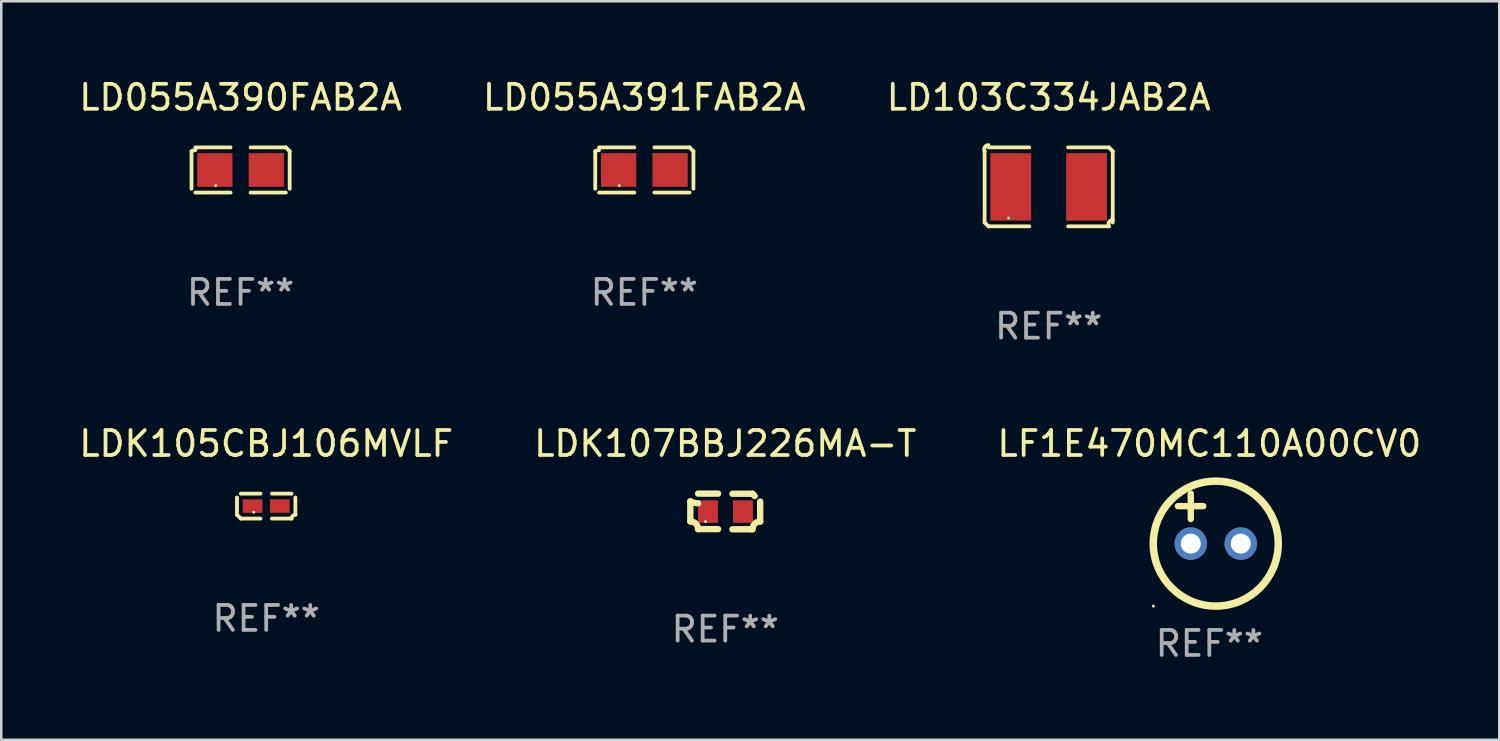
<source format=kicad_pcb>
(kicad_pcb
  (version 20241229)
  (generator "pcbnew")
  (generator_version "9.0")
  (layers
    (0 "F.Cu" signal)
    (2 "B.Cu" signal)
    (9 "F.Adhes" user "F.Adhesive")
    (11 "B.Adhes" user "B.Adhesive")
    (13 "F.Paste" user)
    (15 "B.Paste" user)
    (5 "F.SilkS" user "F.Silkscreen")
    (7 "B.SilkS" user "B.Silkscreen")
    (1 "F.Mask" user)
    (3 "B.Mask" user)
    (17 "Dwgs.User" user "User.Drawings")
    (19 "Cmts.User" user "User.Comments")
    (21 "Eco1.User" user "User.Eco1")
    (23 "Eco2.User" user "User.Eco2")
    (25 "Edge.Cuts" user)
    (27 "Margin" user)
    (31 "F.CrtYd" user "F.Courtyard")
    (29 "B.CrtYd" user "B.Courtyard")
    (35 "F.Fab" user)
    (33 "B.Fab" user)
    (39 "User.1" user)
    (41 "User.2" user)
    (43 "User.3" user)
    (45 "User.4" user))
  (footprint "LD103C334JAB2A"
    (layer "F.Cu")
    (at 38.911 4.427)
    (property "Reference" "LD103C334JAB2A" (at 0 -3.579 0) (layer "F.SilkS") (effects (font (size 1 1) (thickness 0.15))))
    (attr through_hole)
    (fp_line (start -2.564 1.426) (end -2.564 -1.426) (stroke (width 0.152) (type solid)) (layer "F.SilkS"))
    (fp_line (start -2.411 -1.579) (end -0.776 -1.579) (stroke (width 0.152) (type solid)) (layer "F.SilkS"))
    (fp_line (start -0.776 1.579) (end -2.411 1.579) (stroke (width 0.152) (type solid)) (layer "F.SilkS"))
    (fp_line (start 0.776 1.579) (end 2.411 1.579) (stroke (width 0.152) (type solid)) (layer "F.SilkS"))
    (fp_line (start 2.411 -1.579) (end 0.776 -1.579) (stroke (width 0.152) (type solid)) (layer "F.SilkS"))
    (fp_line (start 2.564 1.426) (end 2.564 -1.426) (stroke (width 0.152) (type solid)) (layer "F.SilkS"))
    (fp_arc (start -2.563602 -1.426213) (mid -2.555597 -1.591233) (end -2.411201 -1.671518) (stroke (width 0.1524) (type solid)) (layer "F.SilkS"))
    (fp_arc (start -2.5636 1.426214) (mid -2.487389 1.502402) (end -2.411201 1.578613) (stroke (width 0.1524) (type solid)) (layer "F.SilkS"))
    (fp_arc (start 2.411197 -1.578618) (mid 2.487403 -1.502419) (end 2.563602 -1.426213) (stroke (width 0.1524) (type solid)) (layer "F.SilkS"))
    (fp_arc (start 2.411201 1.578613) (mid 2.416214 1.409455) (end 2.563602 1.32629) (stroke (width 0.1524) (type solid)) (layer "F.SilkS"))
    (fp_circle (center -1.6 1.25) (end -1.57 1.25) (stroke (width 0.06) (type solid)) (fill no) (layer "F.SilkS"))
    (fp_text user "REF**" (at 0 5.579 0) (layer "F.Fab") (effects (font (size 1 1) (thickness 0.15))))
    (pad "1" smd rect (at -1.517 0) (size 1.635 2.7) (layers "F.Cu" "F.Mask" "F.Paste"))
    (pad "2" smd rect (at 1.517 0) (size 1.635 2.7) (layers "F.Cu" "F.Mask" "F.Paste")))
  (footprint "LD055A390FAB2A"
    (layer "F.Cu")
    (at 6.577 3.752)
    (property "Reference" "LD055A390FAB2A" (at 0 -2.904 0) (layer "F.SilkS") (effects (font (size 1 1) (thickness 0.15))))
    (attr through_hole)
    (fp_line (start -1.964 0.751) (end -1.964 -0.751) (stroke (width 0.152) (type solid)) (layer "F.SilkS"))
    (fp_line (start -1.811 -0.904) (end -0.401 -0.904) (stroke (width 0.152) (type solid)) (layer "F.SilkS"))
    (fp_line (start -0.401 0.904) (end -1.811 0.904) (stroke (width 0.152) (type solid)) (layer "F.SilkS"))
    (fp_line (start 0.401 0.904) (end 1.811 0.904) (stroke (width 0.152) (type solid)) (layer "F.SilkS"))
    (fp_line (start 1.811 -0.904) (end 0.401 -0.904) (stroke (width 0.152) (type solid)) (layer "F.SilkS"))
    (fp_line (start 1.964 0.751) (end 1.964 -0.751) (stroke (width 0.152) (type solid)) (layer "F.SilkS"))
    (fp_arc (start -1.963602 -0.751207) (mid -1.890354 -0.783131) (end -1.811201 -0.794044) (stroke (width 0.1524) (type solid)) (layer "F.SilkS"))
    (fp_arc (start 1.811202 -0.903607) (mid 1.887413 -0.827418) (end 1.963602 -0.751207) (stroke (width 0.1524) (type solid)) (layer "F.SilkS"))
    (fp_circle (center -1 0.625) (end -0.97 0.625) (stroke (width 0.06) (type solid)) (fill no) (layer "F.SilkS"))
    (fp_text user "REF**" (at 0 4.904 0) (layer "F.Fab") (effects (font (size 1 1) (thickness 0.15))))
    (pad "1" smd rect (at -1.03 0) (size 1.41 1.35) (layers "F.Cu" "F.Mask" "F.Paste"))
    (pad "2" smd rect (at 1.03 0) (size 1.41 1.35) (layers "F.Cu" "F.Mask" "F.Paste")))
  (footprint "LDK105CBJ106MVLF"
    (layer "F.Cu")
    (at 7.601 17.201)
    (property "Reference" "LDK105CBJ106MVLF" (at 0 -2.499 0) (layer "F.SilkS") (effects (font (size 1 1) (thickness 0.15))))
    (attr through_hole)
    (fp_line (start -1.169 0.346) (end -1.169 -0.346) (stroke (width 0.152) (type solid)) (layer "F.SilkS"))
    (fp_line (start -1.016 -0.499) (end -0.226 -0.499) (stroke (width 0.152) (type solid)) (layer "F.SilkS"))
    (fp_line (start -0.226 0.499) (end -1.016 0.499) (stroke (width 0.152) (type solid)) (layer "F.SilkS"))
    (fp_line (start 0.226 0.499) (end 1.016 0.499) (stroke (width 0.152) (type solid)) (layer "F.SilkS"))
    (fp_line (start 1.016 -0.499) (end 0.226 -0.499) (stroke (width 0.152) (type solid)) (layer "F.SilkS"))
    (fp_line (start 1.169 0.346) (end 1.169 -0.346) (stroke (width 0.152) (type solid)) (layer "F.SilkS"))
    (fp_arc (start -1.016307 0.498603) (mid -1.092512 0.422405) (end -1.16871 0.3462) (stroke (width 0.1524) (type solid)) (layer "F.SilkS"))
    (fp_arc (start 1.016307 0.498603) (mid 1.060899 0.390758) (end 1.168707 0.346076) (stroke (width 0.1524) (type solid)) (layer "F.SilkS"))
    (fp_circle (center -0.5 0.25) (end -0.47 0.25) (stroke (width 0.06) (type solid)) (fill no) (layer "F.SilkS"))
    (fp_text user "REF**" (at 0 4.499 0) (layer "F.Fab") (effects (font (size 1 1) (thickness 0.15))))
    (pad "1" smd rect (at -0.545 0) (size 0.79 0.54) (layers "F.Cu" "F.Mask" "F.Paste"))
    (pad "2" smd rect (at 0.545 0) (size 0.79 0.54) (layers "F.Cu" "F.Mask" "F.Paste")))
  (footprint "LD055A391FAB2A"
    (layer "F.Cu")
    (at 22.732 3.752)
    (property "Reference" "LD055A391FAB2A" (at 0 -2.904 0) (layer "F.SilkS") (effects (font (size 1 1) (thickness 0.15))))
    (attr through_hole)
    (fp_line (start -1.964 0.751) (end -1.964 -0.751) (stroke (width 0.152) (type solid)) (layer "F.SilkS"))
    (fp_line (start -1.811 -0.904) (end -0.401 -0.904) (stroke (width 0.152) (type solid)) (layer "F.SilkS"))
    (fp_line (start -0.401 0.904) (end -1.811 0.904) (stroke (width 0.152) (type solid)) (layer "F.SilkS"))
    (fp_line (start 0.401 0.904) (end 1.811 0.904) (stroke (width 0.152) (type solid)) (layer "F.SilkS"))
    (fp_line (start 1.811 -0.904) (end 0.401 -0.904) (stroke (width 0.152) (type solid)) (layer "F.SilkS"))
    (fp_line (start 1.964 0.751) (end 1.964 -0.751) (stroke (width 0.152) (type solid)) (layer "F.SilkS"))
    (fp_arc (start -1.963602 -0.751207) (mid -1.890354 -0.783131) (end -1.811201 -0.794044) (stroke (width 0.1524) (type solid)) (layer "F.SilkS"))
    (fp_arc (start 1.811202 -0.903607) (mid 1.887413 -0.827418) (end 1.963602 -0.751207) (stroke (width 0.1524) (type solid)) (layer "F.SilkS"))
    (fp_circle (center -1 0.625) (end -0.97 0.625) (stroke (width 0.06) (type solid)) (fill no) (layer "F.SilkS"))
    (fp_text user "REF**" (at 0 4.904 0) (layer "F.Fab") (effects (font (size 1 1) (thickness 0.15))))
    (pad "1" smd rect (at -1.03 0) (size 1.41 1.35) (layers "F.Cu" "F.Mask" "F.Paste"))
    (pad "2" smd rect (at 1.03 0) (size 1.41 1.35) (layers "F.Cu" "F.Mask" "F.Paste")))
  (footprint "LF1E470MC110A00CV0"
    (layer "F.Cu")
    (at 45.339 17.702)
    (property "Reference" "LF1E470MC110A00CV0" (at 0 -3 0) (layer "F.SilkS") (effects (font (size 1 1) (thickness 0.15))))
    (attr through_hole)
    (fp_line (start -1.258 -0.5) (end -0.242 -0.5) (stroke (width 0.254) (type solid)) (layer "F.SilkS"))
    (fp_line (start -0.742 -1) (end -0.742 0.016) (stroke (width 0.254) (type solid)) (layer "F.SilkS"))
    (fp_circle (center -2.242 3.5) (end -2.212 3.5) (stroke (width 0.06) (type solid)) (fill no) (layer "F.SilkS"))
    (fp_circle (center 0.258 1) (end 2.758 1) (stroke (width 0.3) (type solid)) (fill no) (layer "F.SilkS"))
    (fp_text user "REF**" (at 0 5 0) (layer "F.Fab") (effects (font (size 1 1) (thickness 0.15))))
    (pad "1" thru_hole circle (at -0.742 1) (size 1.3 1.3) (drill 0.8) (layers "*.Cu" "*.Mask"))
    (pad "2" thru_hole circle (at 1.258 1) (size 1.3 1.3) (drill 0.8) (layers "*.Cu" "*.Mask")))
  (footprint "LDK107BBJ226MA-T"
    (layer "F.Cu")
    (at 25.97 17.415)
    (property "Reference" "LDK107BBJ226MA-T" (at 0 -2.713 0) (layer "F.SilkS") (effects (font (size 1 1) (thickness 0.15))))
    (attr through_hole)
    (fp_line (start -1.398 -0.403) (end -1.398 0.397) (stroke (width 0.254) (type solid)) (layer "F.SilkS"))
    (fp_line (start -0.288 -0.713) (end -1.088 -0.713) (stroke (width 0.254) (type solid)) (layer "F.SilkS"))
    (fp_line (start -0.288 0.707) (end -1.088 0.707) (stroke (width 0.254) (type solid)) (layer "F.SilkS"))
    (fp_line (start 0.288 -0.707) (end 1.088 -0.707) (stroke (width 0.254) (type solid)) (layer "F.SilkS"))
    (fp_line (start 0.288 0.713) (end 1.088 0.713) (stroke (width 0.254) (type solid)) (layer "F.SilkS"))
    (fp_line (start 1.398 -0.397) (end 1.398 0.403) (stroke (width 0.254) (type solid)) (layer "F.SilkS"))
    (fp_arc (start -1.397789 0.397066) (mid -1.178701 0.487826) (end -1.08796 0.706922) (stroke (width 0.254001) (type solid)) (layer "F.SilkS"))
    (fp_arc (start -1.08796 -0.327176) (mid -1.247436 -0.346384) (end -1.39779 -0.402908) (stroke (width 0.254001) (type solid)) (layer "F.SilkS"))
    (fp_arc (start 1.087909 0.712738) (mid 1.178656 0.493655) (end 1.397739 0.402908) (stroke (width 0.254001) (type solid)) (layer "F.SilkS"))
    (fp_arc (start 1.175925 -0.618926) (mid 1.131917 -0.662923) (end 1.08791 -0.706922) (stroke (width 0.254001) (type solid)) (layer "F.SilkS"))
    (fp_circle (center -0.792 0.403) (end -0.762 0.403) (stroke (width 0.06) (type solid)) (fill no) (layer "F.SilkS"))
    (fp_text user "REF**" (at 0 4.713 0) (layer "F.Fab") (effects (font (size 1 1) (thickness 0.15))))
    (pad "1" smd rect (at -0.692 0.003) (size 0.8 0.9) (layers "F.Cu" "F.Mask" "F.Paste"))
    (pad "2" smd rect (at 0.708 0.003) (size 0.8 0.9) (layers "F.Cu" "F.Mask" "F.Paste")))
  (gr_rect
    (start -3 -3)
    (end 56.94 26.55)
    (stroke (width 0.1) (type default))
    (fill no)
    (layer "Edge.Cuts")))
</source>
